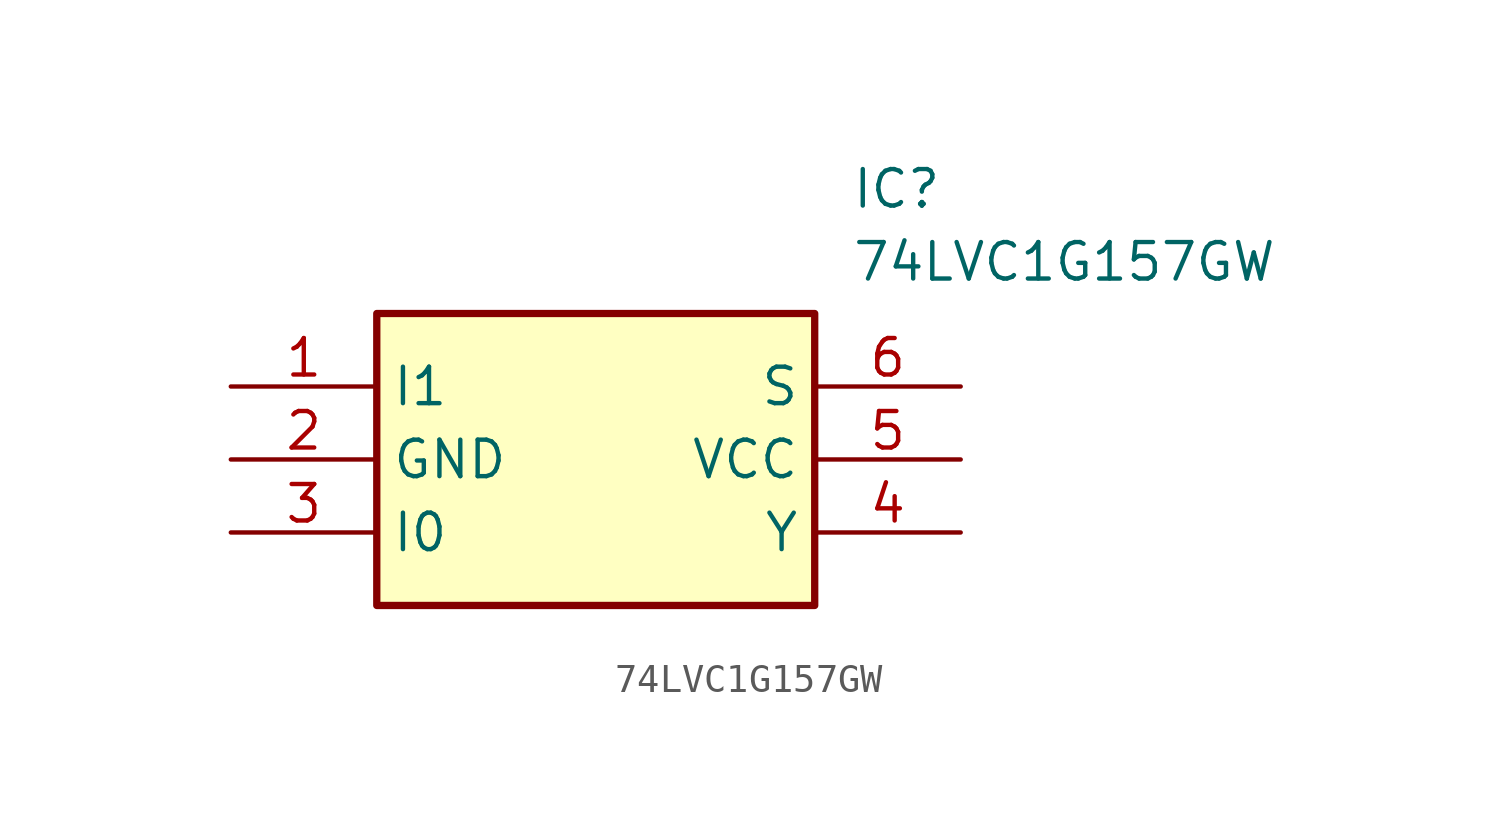
<source format=kicad_sym>
(kicad_symbol_lib
  (version 20211014)
  (generator SamacSys_ECAD_Model)
  (symbol "74LVC1G157GW"
    (property "Reference" "IC"
      (at 21.59 7.62 0)
      (effects (font (size 1.27 1.27)) (justify left top)))
    (property "Value" "74LVC1G157GW"
      (at 21.59 5.08 0)
      (effects (font (size 1.27 1.27)) (justify left top)))
    (rectangle
      (start 5.08 2.54)
      (end 20.32 -7.62)
      (stroke (width 0.254) (type default))
      (fill (type background)))
    (pin passive line
      (at 0 0 0)
      (length 5.08)
      (name "I1" (effects (font (size 1.27 1.27))))
      (number "1" (effects (font (size 1.27 1.27)))))
    (pin passive line
      (at 0 -2.54 0)
      (length 5.08)
      (name "GND" (effects (font (size 1.27 1.27))))
      (number "2" (effects (font (size 1.27 1.27)))))
    (pin passive line
      (at 0 -5.08 0)
      (length 5.08)
      (name "I0" (effects (font (size 1.27 1.27))))
      (number "3" (effects (font (size 1.27 1.27)))))
    (pin passive line
      (at 25.4 0 180)
      (length 5.08)
      (name "S" (effects (font (size 1.27 1.27))))
      (number "6" (effects (font (size 1.27 1.27)))))
    (pin passive line
      (at 25.4 -2.54 180)
      (length 5.08)
      (name "VCC" (effects (font (size 1.27 1.27))))
      (number "5" (effects (font (size 1.27 1.27)))))
    (pin passive line
      (at 25.4 -5.08 180)
      (length 5.08)
      (name "Y" (effects (font (size 1.27 1.27))))
      (number "4" (effects (font (size 1.27 1.27)))))))
</source>
